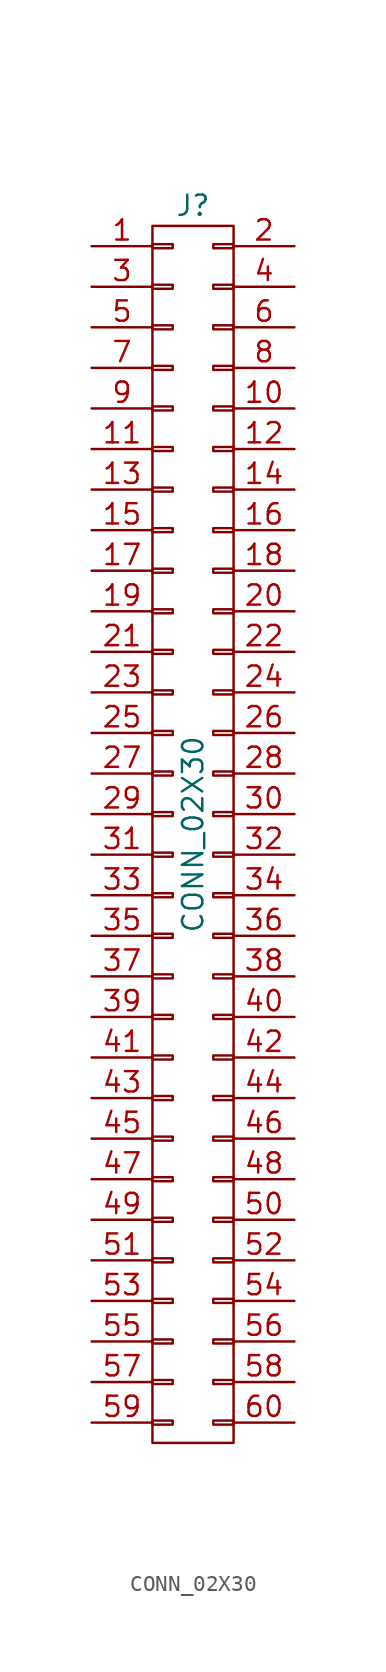
<source format=kicad_sym>
(kicad_symbol_lib
  (version 20211014)
  (generator kicad_symbol_editor)
  (symbol "CONN_02X30"
    (pin_names
      (offset 0.025) hide)
    (property "Reference" "J"
      (at 0 39.37 0)
      (effects (font (size 1.27 1.27))))
    (property "Value" "CONN_02X30"
      (at 0 0 90)
      (effects (font (size 1.27 1.27))))
    (symbol "CONN_02X30_0_1"
      (rectangle (start -2.54 -36.703) (end -1.27 -36.957) (stroke (width 0) (type default) (color 0 0 0 0)) (fill (type none)))
      (rectangle (start -2.54 -34.163) (end -1.27 -34.417) (stroke (width 0) (type default) (color 0 0 0 0)) (fill (type none)))
      (rectangle (start -2.54 -31.623) (end -1.27 -31.877) (stroke (width 0) (type default) (color 0 0 0 0)) (fill (type none)))
      (rectangle (start -2.54 -29.083) (end -1.27 -29.337) (stroke (width 0) (type default) (color 0 0 0 0)) (fill (type none)))
      (rectangle (start -2.54 -26.543) (end -1.27 -26.797) (stroke (width 0) (type default) (color 0 0 0 0)) (fill (type none)))
      (rectangle (start -2.54 -24.003) (end -1.27 -24.257) (stroke (width 0) (type default) (color 0 0 0 0)) (fill (type none)))
      (rectangle (start -2.54 -21.463) (end -1.27 -21.717) (stroke (width 0) (type default) (color 0 0 0 0)) (fill (type none)))
      (rectangle (start -2.54 -18.923) (end -1.27 -19.177) (stroke (width 0) (type default) (color 0 0 0 0)) (fill (type none)))
      (rectangle (start -2.54 -16.383) (end -1.27 -16.637) (stroke (width 0) (type default) (color 0 0 0 0)) (fill (type none)))
      (rectangle (start -2.54 -13.843) (end -1.27 -14.097) (stroke (width 0) (type default) (color 0 0 0 0)) (fill (type none)))
      (rectangle (start -2.54 -11.303) (end -1.27 -11.557) (stroke (width 0) (type default) (color 0 0 0 0)) (fill (type none)))
      (rectangle (start -2.54 -8.763) (end -1.27 -9.017) (stroke (width 0) (type default) (color 0 0 0 0)) (fill (type none)))
      (rectangle (start -2.54 -6.223) (end -1.27 -6.477) (stroke (width 0) (type default) (color 0 0 0 0)) (fill (type none)))
      (rectangle (start -2.54 -3.683) (end -1.27 -3.937) (stroke (width 0) (type default) (color 0 0 0 0)) (fill (type none)))
      (rectangle (start -2.54 -1.143) (end -1.27 -1.397) (stroke (width 0) (type default) (color 0 0 0 0)) (fill (type none)))
      (rectangle (start -2.54 1.397) (end -1.27 1.143) (stroke (width 0) (type default) (color 0 0 0 0)) (fill (type none)))
      (rectangle (start -2.54 3.937) (end -1.27 3.683) (stroke (width 0) (type default) (color 0 0 0 0)) (fill (type none)))
      (rectangle (start -2.54 6.477) (end -1.27 6.223) (stroke (width 0) (type default) (color 0 0 0 0)) (fill (type none)))
      (rectangle (start -2.54 9.017) (end -1.27 8.763) (stroke (width 0) (type default) (color 0 0 0 0)) (fill (type none)))
      (rectangle (start -2.54 11.557) (end -1.27 11.303) (stroke (width 0) (type default) (color 0 0 0 0)) (fill (type none)))
      (rectangle (start -2.54 14.097) (end -1.27 13.843) (stroke (width 0) (type default) (color 0 0 0 0)) (fill (type none)))
      (rectangle (start -2.54 16.637) (end -1.27 16.383) (stroke (width 0) (type default) (color 0 0 0 0)) (fill (type none)))
      (rectangle (start -2.54 19.177) (end -1.27 18.923) (stroke (width 0) (type default) (color 0 0 0 0)) (fill (type none)))
      (rectangle (start -2.54 21.717) (end -1.27 21.463) (stroke (width 0) (type default) (color 0 0 0 0)) (fill (type none)))
      (rectangle (start -2.54 24.257) (end -1.27 24.003) (stroke (width 0) (type default) (color 0 0 0 0)) (fill (type none)))
      (rectangle (start -2.54 26.797) (end -1.27 26.543) (stroke (width 0) (type default) (color 0 0 0 0)) (fill (type none)))
      (rectangle (start -2.54 29.337) (end -1.27 29.083) (stroke (width 0) (type default) (color 0 0 0 0)) (fill (type none)))
      (rectangle (start -2.54 31.877) (end -1.27 31.623) (stroke (width 0) (type default) (color 0 0 0 0)) (fill (type none)))
      (rectangle (start -2.54 34.417) (end -1.27 34.163) (stroke (width 0) (type default) (color 0 0 0 0)) (fill (type none)))
      (rectangle (start -2.54 36.957) (end -1.27 36.703) (stroke (width 0) (type default) (color 0 0 0 0)) (fill (type none)))
      (rectangle (start -2.54 38.1) (end 2.54 -38.1) (stroke (width 0) (type default) (color 0 0 0 0)) (fill (type none)))
      (rectangle (start 1.27 -36.703) (end 2.54 -36.957) (stroke (width 0) (type default) (color 0 0 0 0)) (fill (type none)))
      (rectangle (start 1.27 -34.163) (end 2.54 -34.417) (stroke (width 0) (type default) (color 0 0 0 0)) (fill (type none)))
      (rectangle (start 1.27 -31.623) (end 2.54 -31.877) (stroke (width 0) (type default) (color 0 0 0 0)) (fill (type none)))
      (rectangle (start 1.27 -29.083) (end 2.54 -29.337) (stroke (width 0) (type default) (color 0 0 0 0)) (fill (type none)))
      (rectangle (start 1.27 -26.543) (end 2.54 -26.797) (stroke (width 0) (type default) (color 0 0 0 0)) (fill (type none)))
      (rectangle (start 1.27 -24.003) (end 2.54 -24.257) (stroke (width 0) (type default) (color 0 0 0 0)) (fill (type none)))
      (rectangle (start 1.27 -21.463) (end 2.54 -21.717) (stroke (width 0) (type default) (color 0 0 0 0)) (fill (type none)))
      (rectangle (start 1.27 -18.923) (end 2.54 -19.177) (stroke (width 0) (type default) (color 0 0 0 0)) (fill (type none)))
      (rectangle (start 1.27 -16.383) (end 2.54 -16.637) (stroke (width 0) (type default) (color 0 0 0 0)) (fill (type none)))
      (rectangle (start 1.27 -13.843) (end 2.54 -14.097) (stroke (width 0) (type default) (color 0 0 0 0)) (fill (type none)))
      (rectangle (start 1.27 -11.303) (end 2.54 -11.557) (stroke (width 0) (type default) (color 0 0 0 0)) (fill (type none)))
      (rectangle (start 1.27 -8.763) (end 2.54 -9.017) (stroke (width 0) (type default) (color 0 0 0 0)) (fill (type none)))
      (rectangle (start 1.27 -6.223) (end 2.54 -6.477) (stroke (width 0) (type default) (color 0 0 0 0)) (fill (type none)))
      (rectangle (start 1.27 -3.683) (end 2.54 -3.937) (stroke (width 0) (type default) (color 0 0 0 0)) (fill (type none)))
      (rectangle (start 1.27 -1.143) (end 2.54 -1.397) (stroke (width 0) (type default) (color 0 0 0 0)) (fill (type none)))
      (rectangle (start 1.27 1.397) (end 2.54 1.143) (stroke (width 0) (type default) (color 0 0 0 0)) (fill (type none)))
      (rectangle (start 1.27 3.937) (end 2.54 3.683) (stroke (width 0) (type default) (color 0 0 0 0)) (fill (type none)))
      (rectangle (start 1.27 6.477) (end 2.54 6.223) (stroke (width 0) (type default) (color 0 0 0 0)) (fill (type none)))
      (rectangle (start 1.27 9.017) (end 2.54 8.763) (stroke (width 0) (type default) (color 0 0 0 0)) (fill (type none)))
      (rectangle (start 1.27 11.557) (end 2.54 11.303) (stroke (width 0) (type default) (color 0 0 0 0)) (fill (type none)))
      (rectangle (start 1.27 14.097) (end 2.54 13.843) (stroke (width 0) (type default) (color 0 0 0 0)) (fill (type none)))
      (rectangle (start 1.27 16.637) (end 2.54 16.383) (stroke (width 0) (type default) (color 0 0 0 0)) (fill (type none)))
      (rectangle (start 1.27 19.177) (end 2.54 18.923) (stroke (width 0) (type default) (color 0 0 0 0)) (fill (type none)))
      (rectangle (start 1.27 21.717) (end 2.54 21.463) (stroke (width 0) (type default) (color 0 0 0 0)) (fill (type none)))
      (rectangle (start 1.27 24.257) (end 2.54 24.003) (stroke (width 0) (type default) (color 0 0 0 0)) (fill (type none)))
      (rectangle (start 1.27 26.797) (end 2.54 26.543) (stroke (width 0) (type default) (color 0 0 0 0)) (fill (type none)))
      (rectangle (start 1.27 29.337) (end 2.54 29.083) (stroke (width 0) (type default) (color 0 0 0 0)) (fill (type none)))
      (rectangle (start 1.27 31.877) (end 2.54 31.623) (stroke (width 0) (type default) (color 0 0 0 0)) (fill (type none)))
      (rectangle (start 1.27 34.417) (end 2.54 34.163) (stroke (width 0) (type default) (color 0 0 0 0)) (fill (type none)))
      (rectangle (start 1.27 36.957) (end 2.54 36.703) (stroke (width 0) (type default) (color 0 0 0 0)) (fill (type none))))
    (symbol "CONN_02X30_1_1"
      (pin passive line (at -6.35 36.83 0) (length 3.81) (name "P1" (effects (font (size 1.27 1.27)))) (number "1" (effects (font (size 1.27 1.27)))))
      (pin passive line (at 6.35 26.67 180) (length 3.81) (name "P10" (effects (font (size 1.27 1.27)))) (number "10" (effects (font (size 1.27 1.27)))))
      (pin passive line (at -6.35 24.13 0) (length 3.81) (name "P11" (effects (font (size 1.27 1.27)))) (number "11" (effects (font (size 1.27 1.27)))))
      (pin passive line (at 6.35 24.13 180) (length 3.81) (name "P12" (effects (font (size 1.27 1.27)))) (number "12" (effects (font (size 1.27 1.27)))))
      (pin passive line (at -6.35 21.59 0) (length 3.81) (name "P13" (effects (font (size 1.27 1.27)))) (number "13" (effects (font (size 1.27 1.27)))))
      (pin passive line (at 6.35 21.59 180) (length 3.81) (name "P14" (effects (font (size 1.27 1.27)))) (number "14" (effects (font (size 1.27 1.27)))))
      (pin passive line (at -6.35 19.05 0) (length 3.81) (name "P15" (effects (font (size 1.27 1.27)))) (number "15" (effects (font (size 1.27 1.27)))))
      (pin passive line (at 6.35 19.05 180) (length 3.81) (name "P16" (effects (font (size 1.27 1.27)))) (number "16" (effects (font (size 1.27 1.27)))))
      (pin passive line (at -6.35 16.51 0) (length 3.81) (name "P17" (effects (font (size 1.27 1.27)))) (number "17" (effects (font (size 1.27 1.27)))))
      (pin passive line (at 6.35 16.51 180) (length 3.81) (name "P18" (effects (font (size 1.27 1.27)))) (number "18" (effects (font (size 1.27 1.27)))))
      (pin passive line (at -6.35 13.97 0) (length 3.81) (name "P19" (effects (font (size 1.27 1.27)))) (number "19" (effects (font (size 1.27 1.27)))))
      (pin passive line (at 6.35 36.83 180) (length 3.81) (name "P2" (effects (font (size 1.27 1.27)))) (number "2" (effects (font (size 1.27 1.27)))))
      (pin passive line (at 6.35 13.97 180) (length 3.81) (name "P20" (effects (font (size 1.27 1.27)))) (number "20" (effects (font (size 1.27 1.27)))))
      (pin passive line (at -6.35 11.43 0) (length 3.81) (name "P21" (effects (font (size 1.27 1.27)))) (number "21" (effects (font (size 1.27 1.27)))))
      (pin passive line (at 6.35 11.43 180) (length 3.81) (name "P22" (effects (font (size 1.27 1.27)))) (number "22" (effects (font (size 1.27 1.27)))))
      (pin passive line (at -6.35 8.89 0) (length 3.81) (name "P23" (effects (font (size 1.27 1.27)))) (number "23" (effects (font (size 1.27 1.27)))))
      (pin passive line (at 6.35 8.89 180) (length 3.81) (name "P24" (effects (font (size 1.27 1.27)))) (number "24" (effects (font (size 1.27 1.27)))))
      (pin passive line (at -6.35 6.35 0) (length 3.81) (name "P25" (effects (font (size 1.27 1.27)))) (number "25" (effects (font (size 1.27 1.27)))))
      (pin passive line (at 6.35 6.35 180) (length 3.81) (name "P26" (effects (font (size 1.27 1.27)))) (number "26" (effects (font (size 1.27 1.27)))))
      (pin passive line (at -6.35 3.81 0) (length 3.81) (name "P27" (effects (font (size 1.27 1.27)))) (number "27" (effects (font (size 1.27 1.27)))))
      (pin passive line (at 6.35 3.81 180) (length 3.81) (name "P28" (effects (font (size 1.27 1.27)))) (number "28" (effects (font (size 1.27 1.27)))))
      (pin passive line (at -6.35 1.27 0) (length 3.81) (name "P29" (effects (font (size 1.27 1.27)))) (number "29" (effects (font (size 1.27 1.27)))))
      (pin passive line (at -6.35 34.29 0) (length 3.81) (name "P3" (effects (font (size 1.27 1.27)))) (number "3" (effects (font (size 1.27 1.27)))))
      (pin passive line (at 6.35 1.27 180) (length 3.81) (name "P30" (effects (font (size 1.27 1.27)))) (number "30" (effects (font (size 1.27 1.27)))))
      (pin passive line (at -6.35 -1.27 0) (length 3.81) (name "P31" (effects (font (size 1.27 1.27)))) (number "31" (effects (font (size 1.27 1.27)))))
      (pin passive line (at 6.35 -1.27 180) (length 3.81) (name "P32" (effects (font (size 1.27 1.27)))) (number "32" (effects (font (size 1.27 1.27)))))
      (pin passive line (at -6.35 -3.81 0) (length 3.81) (name "P33" (effects (font (size 1.27 1.27)))) (number "33" (effects (font (size 1.27 1.27)))))
      (pin passive line (at 6.35 -3.81 180) (length 3.81) (name "P34" (effects (font (size 1.27 1.27)))) (number "34" (effects (font (size 1.27 1.27)))))
      (pin passive line (at -6.35 -6.35 0) (length 3.81) (name "P35" (effects (font (size 1.27 1.27)))) (number "35" (effects (font (size 1.27 1.27)))))
      (pin passive line (at 6.35 -6.35 180) (length 3.81) (name "P36" (effects (font (size 1.27 1.27)))) (number "36" (effects (font (size 1.27 1.27)))))
      (pin passive line (at -6.35 -8.89 0) (length 3.81) (name "P37" (effects (font (size 1.27 1.27)))) (number "37" (effects (font (size 1.27 1.27)))))
      (pin passive line (at 6.35 -8.89 180) (length 3.81) (name "P38" (effects (font (size 1.27 1.27)))) (number "38" (effects (font (size 1.27 1.27)))))
      (pin passive line (at -6.35 -11.43 0) (length 3.81) (name "P39" (effects (font (size 1.27 1.27)))) (number "39" (effects (font (size 1.27 1.27)))))
      (pin passive line (at 6.35 34.29 180) (length 3.81) (name "P4" (effects (font (size 1.27 1.27)))) (number "4" (effects (font (size 1.27 1.27)))))
      (pin passive line (at 6.35 -11.43 180) (length 3.81) (name "P40" (effects (font (size 1.27 1.27)))) (number "40" (effects (font (size 1.27 1.27)))))
      (pin passive line (at -6.35 -13.97 0) (length 3.81) (name "P41" (effects (font (size 1.27 1.27)))) (number "41" (effects (font (size 1.27 1.27)))))
      (pin passive line (at 6.35 -13.97 180) (length 3.81) (name "P42" (effects (font (size 1.27 1.27)))) (number "42" (effects (font (size 1.27 1.27)))))
      (pin passive line (at -6.35 -16.51 0) (length 3.81) (name "P43" (effects (font (size 1.27 1.27)))) (number "43" (effects (font (size 1.27 1.27)))))
      (pin passive line (at 6.35 -16.51 180) (length 3.81) (name "P44" (effects (font (size 1.27 1.27)))) (number "44" (effects (font (size 1.27 1.27)))))
      (pin passive line (at -6.35 -19.05 0) (length 3.81) (name "P45" (effects (font (size 1.27 1.27)))) (number "45" (effects (font (size 1.27 1.27)))))
      (pin passive line (at 6.35 -19.05 180) (length 3.81) (name "P46" (effects (font (size 1.27 1.27)))) (number "46" (effects (font (size 1.27 1.27)))))
      (pin passive line (at -6.35 -21.59 0) (length 3.81) (name "P47" (effects (font (size 1.27 1.27)))) (number "47" (effects (font (size 1.27 1.27)))))
      (pin passive line (at 6.35 -21.59 180) (length 3.81) (name "P48" (effects (font (size 1.27 1.27)))) (number "48" (effects (font (size 1.27 1.27)))))
      (pin passive line (at -6.35 -24.13 0) (length 3.81) (name "P49" (effects (font (size 1.27 1.27)))) (number "49" (effects (font (size 1.27 1.27)))))
      (pin passive line (at -6.35 31.75 0) (length 3.81) (name "P5" (effects (font (size 1.27 1.27)))) (number "5" (effects (font (size 1.27 1.27)))))
      (pin passive line (at 6.35 -24.13 180) (length 3.81) (name "P50" (effects (font (size 1.27 1.27)))) (number "50" (effects (font (size 1.27 1.27)))))
      (pin passive line (at -6.35 -26.67 0) (length 3.81) (name "P51" (effects (font (size 1.27 1.27)))) (number "51" (effects (font (size 1.27 1.27)))))
      (pin passive line (at 6.35 -26.67 180) (length 3.81) (name "P52" (effects (font (size 1.27 1.27)))) (number "52" (effects (font (size 1.27 1.27)))))
      (pin passive line (at -6.35 -29.21 0) (length 3.81) (name "P53" (effects (font (size 1.27 1.27)))) (number "53" (effects (font (size 1.27 1.27)))))
      (pin passive line (at 6.35 -29.21 180) (length 3.81) (name "P54" (effects (font (size 1.27 1.27)))) (number "54" (effects (font (size 1.27 1.27)))))
      (pin passive line (at -6.35 -31.75 0) (length 3.81) (name "P55" (effects (font (size 1.27 1.27)))) (number "55" (effects (font (size 1.27 1.27)))))
      (pin passive line (at 6.35 -31.75 180) (length 3.81) (name "P56" (effects (font (size 1.27 1.27)))) (number "56" (effects (font (size 1.27 1.27)))))
      (pin passive line (at -6.35 -34.29 0) (length 3.81) (name "P57" (effects (font (size 1.27 1.27)))) (number "57" (effects (font (size 1.27 1.27)))))
      (pin passive line (at 6.35 -34.29 180) (length 3.81) (name "P58" (effects (font (size 1.27 1.27)))) (number "58" (effects (font (size 1.27 1.27)))))
      (pin passive line (at -6.35 -36.83 0) (length 3.81) (name "P59" (effects (font (size 1.27 1.27)))) (number "59" (effects (font (size 1.27 1.27)))))
      (pin passive line (at 6.35 31.75 180) (length 3.81) (name "P6" (effects (font (size 1.27 1.27)))) (number "6" (effects (font (size 1.27 1.27)))))
      (pin passive line (at 6.35 -36.83 180) (length 3.81) (name "P60" (effects (font (size 1.27 1.27)))) (number "60" (effects (font (size 1.27 1.27)))))
      (pin passive line (at -6.35 29.21 0) (length 3.81) (name "P7" (effects (font (size 1.27 1.27)))) (number "7" (effects (font (size 1.27 1.27)))))
      (pin passive line (at 6.35 29.21 180) (length 3.81) (name "P8" (effects (font (size 1.27 1.27)))) (number "8" (effects (font (size 1.27 1.27)))))
      (pin passive line (at -6.35 26.67 0) (length 3.81) (name "P9" (effects (font (size 1.27 1.27)))) (number "9" (effects (font (size 1.27 1.27))))))))
</source>
